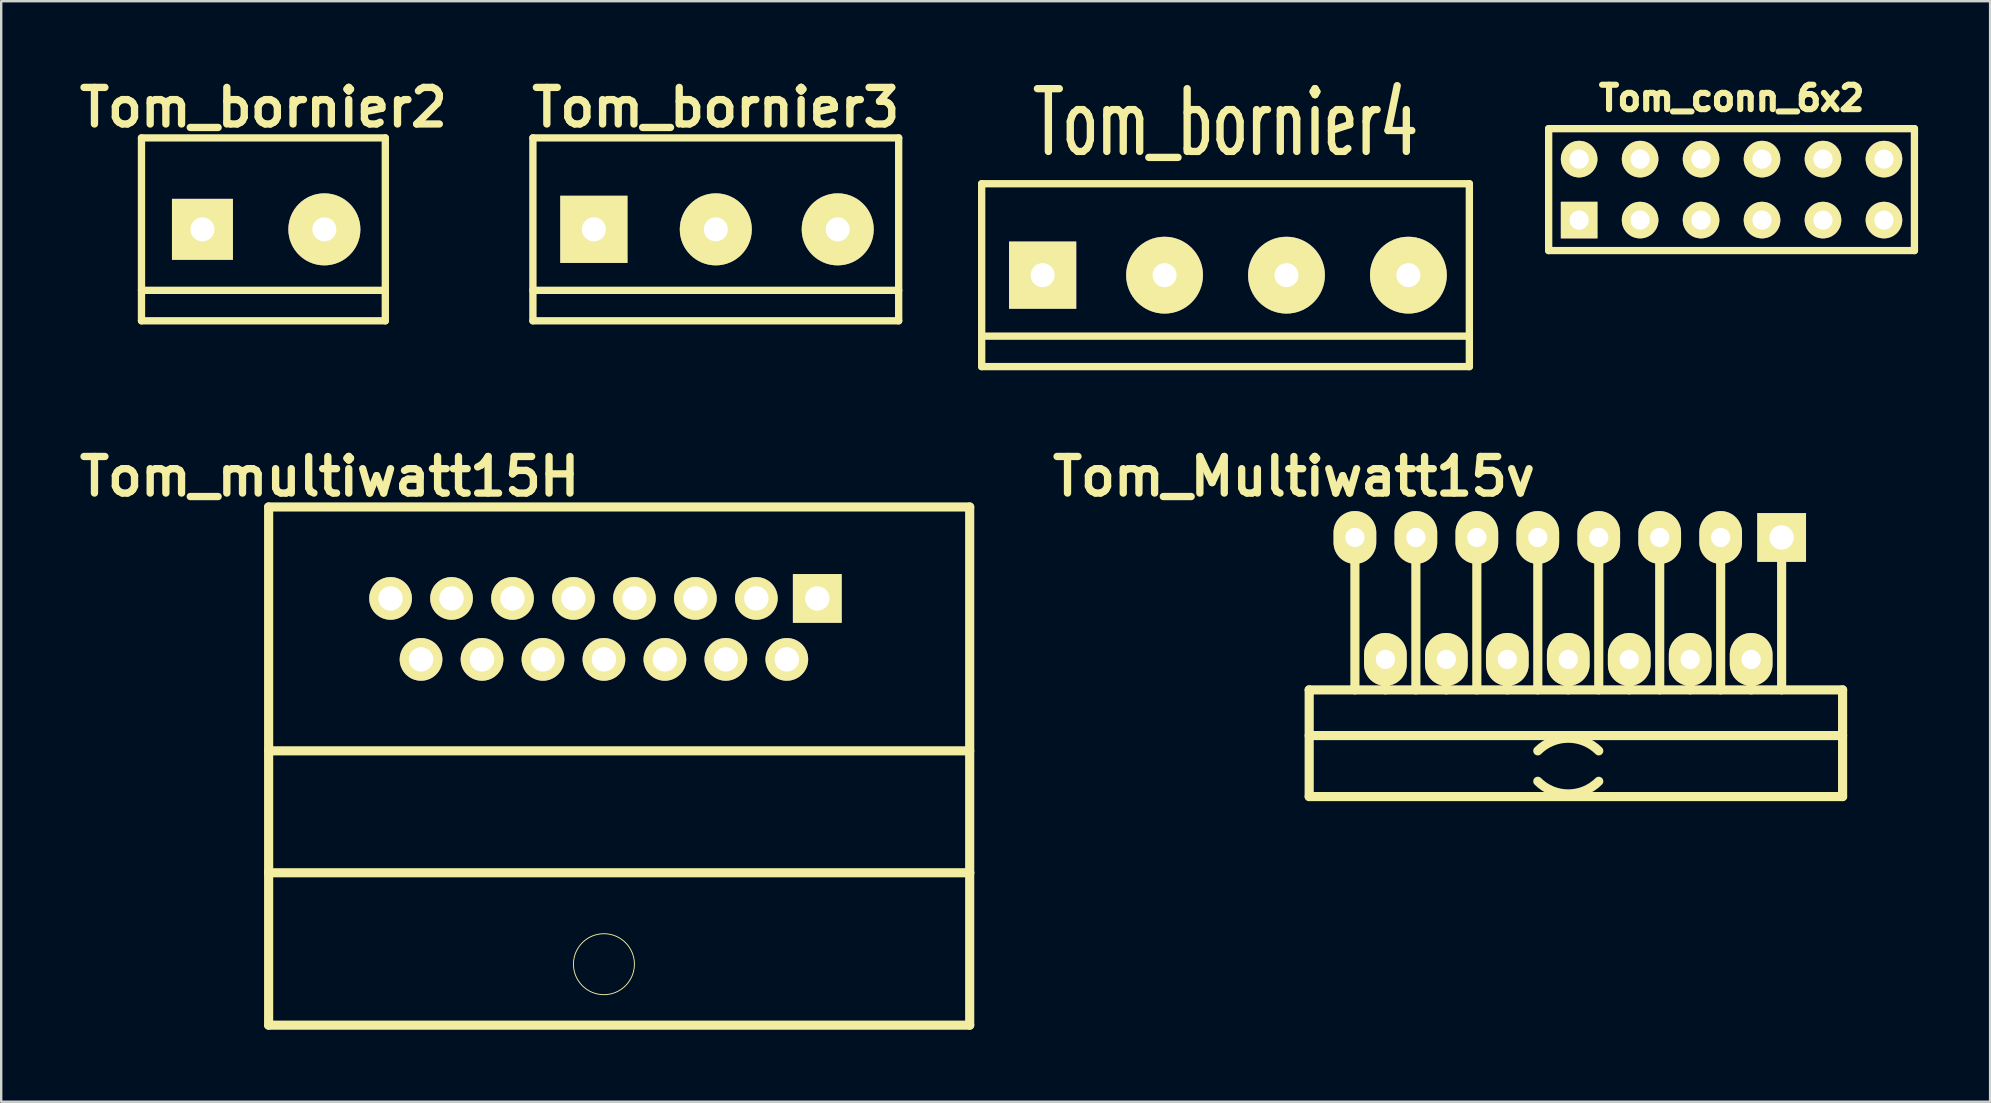
<source format=kicad_pcb>
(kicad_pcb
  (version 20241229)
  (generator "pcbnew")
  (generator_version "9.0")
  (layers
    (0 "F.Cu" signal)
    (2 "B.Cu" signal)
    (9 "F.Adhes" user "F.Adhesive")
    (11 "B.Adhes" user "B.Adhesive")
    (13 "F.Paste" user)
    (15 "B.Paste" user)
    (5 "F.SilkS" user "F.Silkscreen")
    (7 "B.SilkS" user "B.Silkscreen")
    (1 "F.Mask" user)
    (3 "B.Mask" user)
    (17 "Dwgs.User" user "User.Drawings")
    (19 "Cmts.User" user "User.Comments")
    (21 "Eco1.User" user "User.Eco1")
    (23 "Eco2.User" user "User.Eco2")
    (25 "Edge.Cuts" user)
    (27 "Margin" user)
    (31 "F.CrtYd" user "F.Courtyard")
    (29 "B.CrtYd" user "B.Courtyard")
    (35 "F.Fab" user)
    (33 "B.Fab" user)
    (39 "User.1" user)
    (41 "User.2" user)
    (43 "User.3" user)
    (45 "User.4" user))
  (footprint "Tom_bornier2"
    (layer "F.Cu")
    (at 7.925 6.506)
    (property "Reference" "Tom_bornier2" (at 0 -5.08 0) (layer "F.SilkS") (effects (font (size 1.524 1.524) (thickness 0.305))))
    (attr through_hole)
    (fp_line (start -5.08 -3.81) (end -5.08 3.81) (stroke (width 0.305) (type solid)) (layer "F.SilkS"))
    (fp_line (start -5.08 3.81) (end 5.08 3.81) (stroke (width 0.305) (type solid)) (layer "F.SilkS"))
    (fp_line (start 5.08 -3.81) (end -5.08 -3.81) (stroke (width 0.305) (type solid)) (layer "F.SilkS"))
    (fp_line (start 5.08 2.54) (end -5.08 2.54) (stroke (width 0.305) (type solid)) (layer "F.SilkS"))
    (fp_line (start 5.08 3.81) (end 5.08 -3.81) (stroke (width 0.305) (type solid)) (layer "F.SilkS"))
    (pad "1" thru_hole rect (at -2.54 0) (size 2.54 2.54) (drill 1.001) (layers "*.Cu" "*.Mask" "F.SilkS"))
    (pad "2" thru_hole circle (at 2.54 0) (size 3 3) (drill 1.001) (layers "*.Cu" "*.Mask" "F.SilkS")))
  (footprint "Tom_conn_6x2"
    (layer "F.Cu")
    (at 69.096 4.85)
    (property "Reference" "Tom_conn_6x2" (at 0 -3.81 0) (layer "F.SilkS") (effects (font (size 1.016 1.016) (thickness 0.254))))
    (attr through_hole)
    (fp_line (start -7.62 -2.54) (end 7.62 -2.54) (stroke (width 0.305) (type solid)) (layer "F.SilkS"))
    (fp_line (start -7.62 2.54) (end -7.62 -2.54) (stroke (width 0.305) (type solid)) (layer "F.SilkS"))
    (fp_line (start 7.62 -2.54) (end 7.62 2.54) (stroke (width 0.305) (type solid)) (layer "F.SilkS"))
    (fp_line (start 7.62 2.54) (end -7.62 2.54) (stroke (width 0.305) (type solid)) (layer "F.SilkS"))
    (pad "1" thru_hole rect (at -6.35 1.27) (size 1.524 1.524) (drill 0.8) (layers "*.Cu" "*.Mask" "F.SilkS"))
    (pad "2" thru_hole circle (at -6.35 -1.27) (size 1.524 1.524) (drill 0.8) (layers "*.Cu" "*.Mask" "F.SilkS"))
    (pad "3" thru_hole circle (at -3.81 1.27) (size 1.524 1.524) (drill 0.8) (layers "*.Cu" "*.Mask" "F.SilkS"))
    (pad "4" thru_hole circle (at -3.81 -1.27) (size 1.524 1.524) (drill 0.8) (layers "*.Cu" "*.Mask" "F.SilkS"))
    (pad "5" thru_hole circle (at -1.27 1.27) (size 1.524 1.524) (drill 0.8) (layers "*.Cu" "*.Mask" "F.SilkS"))
    (pad "6" thru_hole circle (at -1.27 -1.27) (size 1.524 1.524) (drill 0.8) (layers "*.Cu" "*.Mask" "F.SilkS"))
    (pad "7" thru_hole circle (at 1.27 1.27) (size 1.524 1.524) (drill 0.8) (layers "*.Cu" "*.Mask" "F.SilkS"))
    (pad "8" thru_hole circle (at 1.27 -1.27) (size 1.524 1.524) (drill 0.8) (layers "*.Cu" "*.Mask" "F.SilkS"))
    (pad "9" thru_hole circle (at 3.81 1.27) (size 1.524 1.524) (drill 0.8) (layers "*.Cu" "*.Mask" "F.SilkS"))
    (pad "10" thru_hole circle (at 3.81 -1.27) (size 1.524 1.524) (drill 0.8) (layers "*.Cu" "*.Mask" "F.SilkS"))
    (pad "11" thru_hole circle (at 6.35 1.27) (size 1.524 1.524) (drill 0.8) (layers "*.Cu" "*.Mask" "F.SilkS"))
    (pad "12" thru_hole circle (at 6.35 -1.27) (size 1.524 1.524) (drill 0.8) (layers "*.Cu" "*.Mask" "F.SilkS")))
  (footprint "Tom_bornier3"
    (layer "F.Cu")
    (at 26.774 6.506)
    (property "Reference" "Tom_bornier3" (at 0 -5.08 0) (layer "F.SilkS") (effects (font (size 1.524 1.524) (thickness 0.305))))
    (attr through_hole)
    (fp_line (start -7.62 -3.81) (end 7.62 -3.81) (stroke (width 0.305) (type solid)) (layer "F.SilkS"))
    (fp_line (start -7.62 2.54) (end 7.62 2.54) (stroke (width 0.305) (type solid)) (layer "F.SilkS"))
    (fp_line (start -7.62 3.81) (end -7.62 -3.81) (stroke (width 0.305) (type solid)) (layer "F.SilkS"))
    (fp_line (start -7.62 3.81) (end 7.62 3.81) (stroke (width 0.305) (type solid)) (layer "F.SilkS"))
    (fp_line (start 7.62 3.81) (end 7.62 -3.81) (stroke (width 0.305) (type solid)) (layer "F.SilkS"))
    (pad "1" thru_hole rect (at -5.08 0) (size 2.799 2.799) (drill 1.001) (layers "*.Cu" "*.Mask" "F.SilkS"))
    (pad "2" thru_hole circle (at 0 0) (size 3 3) (drill 1.001) (layers "*.Cu" "*.Mask" "F.SilkS"))
    (pad "3" thru_hole circle (at 5.08 0) (size 3 3) (drill 1.001) (layers "*.Cu" "*.Mask" "F.SilkS")))
  (footprint "Tom_multiwatt15H"
    (layer "F.Cu")
    (at 22.113 21.884)
    (property "Reference" "Tom_multiwatt15H" (at -11.43 -5.08 0) (layer "F.SilkS") (effects (font (size 1.524 1.524) (thickness 0.305))))
    (attr through_hole)
    (fp_line (start -13.97 -3.81) (end -13.97 11.43) (stroke (width 0.381) (type solid)) (layer "F.SilkS"))
    (fp_line (start -13.97 -3.81) (end 15.24 -3.81) (stroke (width 0.381) (type solid)) (layer "F.SilkS"))
    (fp_line (start -13.97 11.43) (end -13.97 17.78) (stroke (width 0.381) (type solid)) (layer "F.SilkS"))
    (fp_line (start -13.97 11.43) (end 15.24 11.43) (stroke (width 0.381) (type solid)) (layer "F.SilkS"))
    (fp_line (start -13.97 17.78) (end 15.24 17.78) (stroke (width 0.381) (type solid)) (layer "F.SilkS"))
    (fp_line (start 15.24 6.35) (end -13.97 6.35) (stroke (width 0.381) (type solid)) (layer "F.SilkS"))
    (fp_line (start 15.24 11.43) (end 15.24 -3.81) (stroke (width 0.381) (type solid)) (layer "F.SilkS"))
    (fp_line (start 15.24 17.78) (end 15.24 11.43) (stroke (width 0.381) (type solid)) (layer "F.SilkS"))
    (fp_circle (center 0 15.24) (end 1.27 15.24) (stroke (width 0.038) (type solid)) (fill no) (layer "F.SilkS"))
    (pad "1" thru_hole rect (at 8.89 0) (size 2.032 2.032) (drill 1.016) (layers "*.Cu" "*.Mask" "F.SilkS"))
    (pad "2" thru_hole circle (at 7.62 2.54) (size 1.778 1.778) (drill 1.016) (layers "*.Cu" "*.Mask" "F.SilkS"))
    (pad "3" thru_hole circle (at 6.35 0) (size 1.778 1.778) (drill 1.016) (layers "*.Cu" "*.Mask" "F.SilkS"))
    (pad "4" thru_hole circle (at 5.08 2.54) (size 1.778 1.778) (drill 1.016) (layers "*.Cu" "*.Mask" "F.SilkS"))
    (pad "5" thru_hole circle (at 3.81 0) (size 1.778 1.778) (drill 1.016) (layers "*.Cu" "*.Mask" "F.SilkS"))
    (pad "6" thru_hole circle (at 2.54 2.54) (size 1.778 1.778) (drill 1.016) (layers "*.Cu" "*.Mask" "F.SilkS"))
    (pad "7" thru_hole circle (at 1.27 0) (size 1.778 1.778) (drill 1.016) (layers "*.Cu" "*.Mask" "F.SilkS"))
    (pad "8" thru_hole circle (at 0 2.54) (size 1.778 1.778) (drill 1.016) (layers "*.Cu" "*.Mask" "F.SilkS"))
    (pad "9" thru_hole circle (at -1.27 0) (size 1.778 1.778) (drill 1.016) (layers "*.Cu" "*.Mask" "F.SilkS"))
    (pad "10" thru_hole circle (at -2.54 2.54) (size 1.778 1.778) (drill 1.016) (layers "*.Cu" "*.Mask" "F.SilkS"))
    (pad "11" thru_hole circle (at -3.81 0) (size 1.778 1.778) (drill 1.016) (layers "*.Cu" "*.Mask" "F.SilkS"))
    (pad "12" thru_hole circle (at -5.08 2.54) (size 1.778 1.778) (drill 1.016) (layers "*.Cu" "*.Mask" "F.SilkS"))
    (pad "13" thru_hole circle (at -6.35 0) (size 1.778 1.778) (drill 1.016) (layers "*.Cu" "*.Mask" "F.SilkS"))
    (pad "14" thru_hole circle (at -7.62 2.54) (size 1.778 1.778) (drill 1.016) (layers "*.Cu" "*.Mask" "F.SilkS"))
    (pad "15" thru_hole circle (at -8.89 0) (size 1.778 1.778) (drill 1.016) (layers "*.Cu" "*.Mask" "F.SilkS")))
  (footprint "Tom_bornier4"
    (layer "F.Cu")
    (at 48.012 8.415)
    (property "Reference" "Tom_bornier4" (at 0 -6.35 0) (layer "F.SilkS") (effects (font (size 2.616 1.598) (thickness 0.305))))
    (attr through_hole)
    (fp_line (start -10.16 -3.81) (end -10.16 3.81) (stroke (width 0.305) (type solid)) (layer "F.SilkS"))
    (fp_line (start -10.16 -3.81) (end 10.16 -3.81) (stroke (width 0.305) (type solid)) (layer "F.SilkS"))
    (fp_line (start -10.16 3.81) (end 10.16 3.81) (stroke (width 0.305) (type solid)) (layer "F.SilkS"))
    (fp_line (start 10.16 2.54) (end -10.16 2.54) (stroke (width 0.305) (type solid)) (layer "F.SilkS"))
    (fp_line (start 10.16 3.81) (end 10.16 -3.81) (stroke (width 0.305) (type solid)) (layer "F.SilkS"))
    (pad "1" thru_hole rect (at -7.62 0) (size 2.799 2.799) (drill 1.001) (layers "*.Cu" "*.Mask" "F.SilkS"))
    (pad "2" thru_hole circle (at -2.54 0) (size 3.2 3.2) (drill 1.001) (layers "*.Cu" "*.Mask" "F.SilkS"))
    (pad "3" thru_hole circle (at 2.54 0) (size 3.2 3.2) (drill 1.001) (layers "*.Cu" "*.Mask" "F.SilkS"))
    (pad "4" thru_hole circle (at 7.62 0) (size 3.2 3.2) (drill 1.001) (layers "*.Cu" "*.Mask" "F.SilkS")))
  (footprint "Tom_Multiwatt15v"
    (layer "F.Cu")
    (at 62.293 21.884)
    (property "Reference" "Tom_Multiwatt15v" (at -11.43 -5.08 0) (layer "F.SilkS") (effects (font (size 1.524 1.524) (thickness 0.305))))
    (attr through_hole)
    (fp_line (start -10.795 3.81) (end -10.795 8.255) (stroke (width 0.381) (type solid)) (layer "F.SilkS"))
    (fp_line (start -10.795 3.81) (end 11.43 3.81) (stroke (width 0.381) (type solid)) (layer "F.SilkS"))
    (fp_line (start -10.795 5.715) (end 11.43 5.715) (stroke (width 0.381) (type solid)) (layer "F.SilkS"))
    (fp_line (start -8.89 3.81) (end -8.89 -2.54) (stroke (width 0.381) (type solid)) (layer "F.SilkS"))
    (fp_line (start -7.62 2.54) (end -7.62 3.81) (stroke (width 0.381) (type solid)) (layer "F.SilkS"))
    (fp_line (start -6.35 -2.54) (end -6.35 3.81) (stroke (width 0.381) (type solid)) (layer "F.SilkS"))
    (fp_line (start -5.08 3.81) (end -5.08 2.54) (stroke (width 0.381) (type solid)) (layer "F.SilkS"))
    (fp_line (start -3.81 -2.54) (end -3.81 3.81) (stroke (width 0.381) (type solid)) (layer "F.SilkS"))
    (fp_line (start -2.54 3.81) (end -2.54 2.54) (stroke (width 0.381) (type solid)) (layer "F.SilkS"))
    (fp_line (start -1.27 -2.54) (end -1.27 3.81) (stroke (width 0.381) (type solid)) (layer "F.SilkS"))
    (fp_line (start 0 3.81) (end 0 2.54) (stroke (width 0.381) (type solid)) (layer "F.SilkS"))
    (fp_line (start 1.27 -2.54) (end 1.27 3.81) (stroke (width 0.381) (type solid)) (layer "F.SilkS"))
    (fp_line (start 2.54 3.81) (end 2.54 2.54) (stroke (width 0.381) (type solid)) (layer "F.SilkS"))
    (fp_line (start 3.81 -2.54) (end 3.81 3.81) (stroke (width 0.381) (type solid)) (layer "F.SilkS"))
    (fp_line (start 5.08 2.54) (end 5.08 3.81) (stroke (width 0.381) (type solid)) (layer "F.SilkS"))
    (fp_line (start 6.35 3.81) (end 6.35 -2.54) (stroke (width 0.381) (type solid)) (layer "F.SilkS"))
    (fp_line (start 7.62 3.81) (end 7.62 2.54) (stroke (width 0.381) (type solid)) (layer "F.SilkS"))
    (fp_line (start 8.89 3.81) (end 8.89 -2.54) (stroke (width 0.381) (type solid)) (layer "F.SilkS"))
    (fp_line (start 11.43 3.81) (end 11.43 8.255) (stroke (width 0.381) (type solid)) (layer "F.SilkS"))
    (fp_line (start 11.43 8.255) (end -10.795 8.255) (stroke (width 0.381) (type solid)) (layer "F.SilkS"))
    (fp_arc (start -1.27 6.35) (mid 0 5.823949) (end 1.27 6.35) (stroke (width 0.381) (type solid)) (layer "F.SilkS"))
    (fp_arc (start 1.27 7.62) (mid 0 8.146051) (end -1.27 7.62) (stroke (width 0.381) (type solid)) (layer "F.SilkS"))
    (pad "1" thru_hole rect (at 8.89 -2.54) (size 2.032 2.032) (drill 1.016) (layers "*.Cu" "*.Mask" "F.SilkS"))
    (pad "2" thru_hole oval (at 7.62 2.54) (size 1.778 2.2) (drill 0.8) (layers "*.Cu" "*.Mask" "F.SilkS"))
    (pad "3" thru_hole oval (at 6.35 -2.54) (size 1.778 2.2) (drill 0.8) (layers "*.Cu" "*.Mask" "F.SilkS"))
    (pad "4" thru_hole oval (at 5.08 2.54) (size 1.778 2.2) (drill 0.8) (layers "*.Cu" "*.Mask" "F.SilkS"))
    (pad "5" thru_hole oval (at 3.81 -2.54) (size 1.778 2.2) (drill 0.8) (layers "*.Cu" "*.Mask" "F.SilkS"))
    (pad "6" thru_hole oval (at 2.54 2.54) (size 1.778 2.2) (drill 0.8) (layers "*.Cu" "*.Mask" "F.SilkS"))
    (pad "7" thru_hole oval (at 1.27 -2.54) (size 1.778 2.2) (drill 0.8) (layers "*.Cu" "*.Mask" "F.SilkS"))
    (pad "8" thru_hole oval (at 0 2.54) (size 1.778 2.2) (drill 0.8) (layers "*.Cu" "*.Mask" "F.SilkS"))
    (pad "9" thru_hole oval (at -1.27 -2.54) (size 1.778 2.2) (drill 0.8) (layers "*.Cu" "*.Mask" "F.SilkS"))
    (pad "10" thru_hole oval (at -2.54 2.54) (size 1.778 2.2) (drill 0.8) (layers "*.Cu" "*.Mask" "F.SilkS"))
    (pad "11" thru_hole oval (at -3.81 -2.54) (size 1.778 2.2) (drill 0.8) (layers "*.Cu" "*.Mask" "F.SilkS"))
    (pad "12" thru_hole oval (at -5.08 2.54) (size 1.778 2.2) (drill 0.8) (layers "*.Cu" "*.Mask" "F.SilkS"))
    (pad "13" thru_hole oval (at -6.35 -2.54) (size 1.778 2.2) (drill 0.8) (layers "*.Cu" "*.Mask" "F.SilkS"))
    (pad "14" thru_hole oval (at -7.62 2.54) (size 1.778 2.2) (drill 0.8) (layers "*.Cu" "*.Mask" "F.SilkS"))
    (pad "15" thru_hole oval (at -8.89 -2.54) (size 1.778 2.2) (drill 0.8) (layers "*.Cu" "*.Mask" "F.SilkS")))
  (gr_rect
    (start -3 -3)
    (end 79.869 42.855)
    (stroke (width 0.1) (type default))
    (fill no)
    (layer "Edge.Cuts")))
</source>
